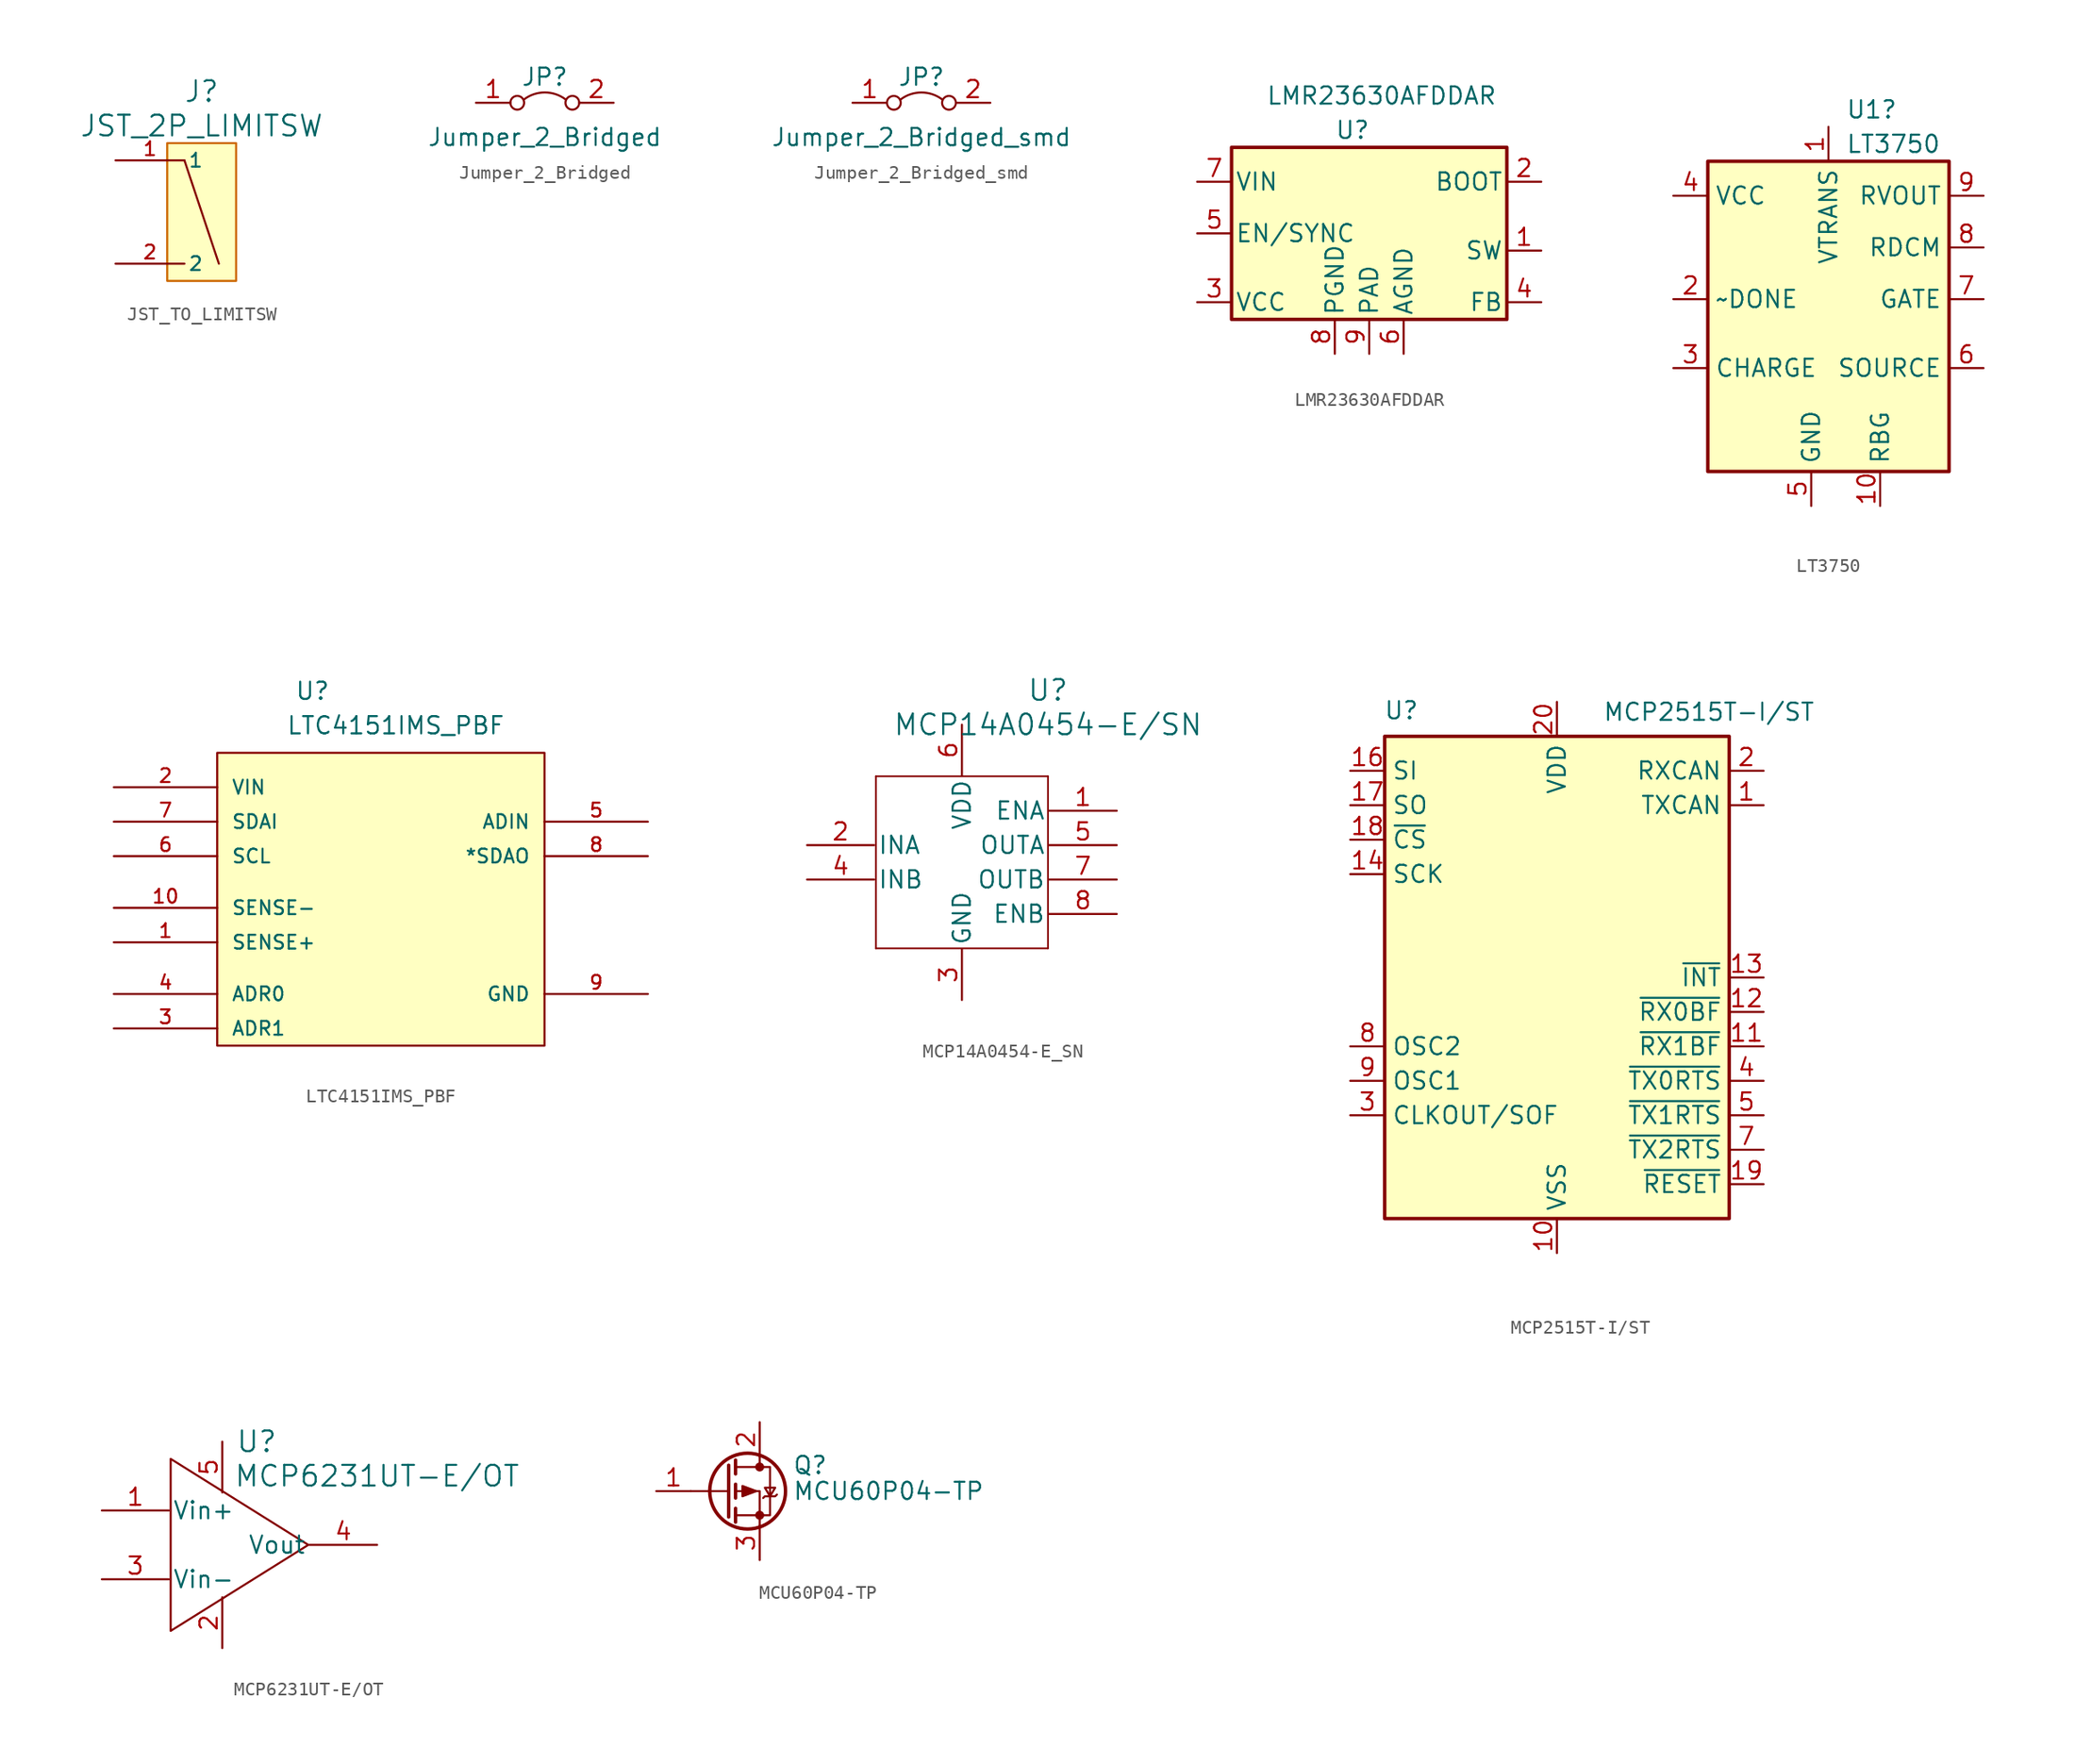
<source format=kicad_sym>
(kicad_symbol_lib
  (version 20231120)
  (generator "kicad_symbol_editor")
  (generator_version "8.0")
  (symbol "JST_TO_LIMITSW"
    (pin_names
      (offset 0.254))
    (property "Reference" "J"
      (at 1.27 8.89 0)
      (effects (font (size 1.524 1.524))))
    (property "Value" "JST_2P_LIMITSW"
      (at 1.27 6.35 0)
      (effects (font (size 1.524 1.524))))
    (symbol "JST_TO_LIMITSW_0_1"
      (polyline (pts (xy 0 3.81) (xy 2.54 -3.81)) (stroke (width 0) (type default)) (fill (type none))))
    (symbol "JST_TO_LIMITSW_1_0"
      (pin bidirectional line (at -5.08 3.81 0) (length 5.08) (name "1" (effects (font (size 1.016 1.016)))) (number "1" (effects (font (size 1.016 1.016)))))
      (pin bidirectional line (at -5.08 -3.81 0) (length 5.08) (name "2" (effects (font (size 1.016 1.016)))) (number "2" (effects (font (size 1.016 1.016))))))
    (symbol "JST_TO_LIMITSW_1_1"
      (rectangle (start -1.27 5.08) (end 3.81 -5.08) (stroke (width 0) (type default) (color 204 102 0 1)) (fill (type background)))))
  (symbol "Jumper_2_Bridged"
    (pin_names
      (offset 0) hide)
    (property "Reference" "JP"
      (at 0 1.905 0)
      (effects (font (size 1.27 1.27))))
    (property "Value" "Jumper_2_Bridged"
      (at 0 -2.54 0)
      (effects (font (size 1.27 1.27))))
    (symbol "Jumper_2_Bridged_0_0"
      (circle (center -2.032 0) (radius 0.508) (stroke (width 0) (type default)) (fill (type none)))
      (circle (center 2.032 0) (radius 0.508) (stroke (width 0) (type default)) (fill (type none))))
    (symbol "Jumper_2_Bridged_0_1"
      (arc (start 1.524 0.254) (mid 0 0.762) (end -1.524 0.254) (stroke (width 0) (type default)) (fill (type none))))
    (symbol "Jumper_2_Bridged_1_1"
      (pin passive line (at -5.08 0 0) (length 2.54) (name "A" (effects (font (size 1.27 1.27)))) (number "1" (effects (font (size 1.27 1.27)))))
      (pin passive line (at 5.08 0 180) (length 2.54) (name "B" (effects (font (size 1.27 1.27)))) (number "2" (effects (font (size 1.27 1.27)))))))
  (symbol "Jumper_2_Bridged_smd"
    (pin_names
      (offset 0) hide)
    (property "Reference" "JP"
      (at 0 1.905 0)
      (effects (font (size 1.27 1.27))))
    (property "Value" "Jumper_2_Bridged_smd"
      (at 0 -2.54 0)
      (effects (font (size 1.27 1.27))))
    (symbol "Jumper_2_Bridged_smd_0_0"
      (circle (center -2.032 0) (radius 0.508) (stroke (width 0) (type default)) (fill (type none)))
      (circle (center 2.032 0) (radius 0.508) (stroke (width 0) (type default)) (fill (type none))))
    (symbol "Jumper_2_Bridged_smd_0_1"
      (arc (start 1.524 0.254) (mid 0 0.762) (end -1.524 0.254) (stroke (width 0) (type default)) (fill (type none))))
    (symbol "Jumper_2_Bridged_smd_1_1"
      (pin passive line (at -5.08 0 0) (length 2.54) (name "A" (effects (font (size 1.27 1.27)))) (number "1" (effects (font (size 1.27 1.27)))))
      (pin passive line (at 5.08 0 180) (length 2.54) (name "B" (effects (font (size 1.27 1.27)))) (number "2" (effects (font (size 1.27 1.27)))))))
  (symbol "LMR23630AFDDAR"
    (pin_names
      (offset 0.254))
    (property "Reference" "U"
      (at -2.54 8.89 0)
      (effects (font (size 1.27 1.27)) (justify left)))
    (property "Value" "LMR23630AFDDAR"
      (at -7.62 11.43 0)
      (effects (font (size 1.27 1.27)) (justify left)))
    (symbol "LMR23630AFDDAR_0_1"
      (rectangle (start -10.16 7.62) (end 10.16 -5.08) (stroke (width 0.254) (type default)) (fill (type background))))
    (symbol "LMR23630AFDDAR_1_1"
      (pin output line (at 12.7 0 180) (length 2.54) (name "SW" (effects (font (size 1.27 1.27)))) (number "1" (effects (font (size 1.27 1.27)))))
      (pin passive line (at 12.7 5.08 180) (length 2.54) (name "BOOT" (effects (font (size 1.27 1.27)))) (number "2" (effects (font (size 1.27 1.27)))))
      (pin passive line (at -12.7 -3.81 0) (length 2.54) (name "VCC" (effects (font (size 1.27 1.27)))) (number "3" (effects (font (size 1.27 1.27)))))
      (pin input line (at 12.7 -3.81 180) (length 2.54) (name "FB" (effects (font (size 1.27 1.27)))) (number "4" (effects (font (size 1.27 1.27)))))
      (pin input line (at -12.7 1.27 0) (length 2.54) (name "EN/SYNC" (effects (font (size 1.27 1.27)))) (number "5" (effects (font (size 1.27 1.27)))))
      (pin power_in line (at 2.54 -7.62 90) (length 2.54) (name "AGND" (effects (font (size 1.27 1.27)))) (number "6" (effects (font (size 1.27 1.27)))))
      (pin power_in line (at -12.7 5.08 0) (length 2.54) (name "VIN" (effects (font (size 1.27 1.27)))) (number "7" (effects (font (size 1.27 1.27)))))
      (pin power_in line (at -2.54 -7.62 90) (length 2.54) (name "PGND" (effects (font (size 1.27 1.27)))) (number "8" (effects (font (size 1.27 1.27)))))
      (pin passive line (at 0 -7.62 90) (length 2.54) (name "PAD" (effects (font (size 1.27 1.27)))) (number "9" (effects (font (size 1.27 1.27)))))))
  (symbol "LT3750"
    (property "Reference" "U1"
      (at 2.54 13.97 0)
      (effects (font (size 1.27 1.27)) (justify left)))
    (property "Value" "LT3750"
      (at 2.54 11.43 0)
      (effects (font (size 1.27 1.27)) (justify left)))
    (symbol "LT3750_0_1"
      (rectangle (start -7.62 10.16) (end 10.16 -12.7) (stroke (width 0.254) (type default)) (fill (type background))))
    (symbol "LT3750_1_1"
      (pin output line (at 1.27 12.7 270) (length 2.54) (name "VTRANS" (effects (font (size 1.27 1.27)))) (number "1" (effects (font (size 1.27 1.27)))))
      (pin input line (at 5.08 -15.24 90) (length 2.54) (name "RBG" (effects (font (size 1.27 1.27)))) (number "10" (effects (font (size 1.27 1.27)))))
      (pin input line (at -10.16 0 0) (length 2.54) (name "~DONE" (effects (font (size 1.27 1.27)))) (number "2" (effects (font (size 1.27 1.27)))))
      (pin input line (at -10.16 -5.08 0) (length 2.54) (name "CHARGE" (effects (font (size 1.27 1.27)))) (number "3" (effects (font (size 1.27 1.27)))))
      (pin power_in line (at -10.16 7.62 0) (length 2.54) (name "VCC" (effects (font (size 1.27 1.27)))) (number "4" (effects (font (size 1.27 1.27)))))
      (pin power_in line (at 0 -15.24 90) (length 2.54) (name "GND" (effects (font (size 1.27 1.27)))) (number "5" (effects (font (size 1.27 1.27)))))
      (pin input line (at 12.7 -5.08 180) (length 2.54) (name "SOURCE" (effects (font (size 1.27 1.27)))) (number "6" (effects (font (size 1.27 1.27)))))
      (pin output line (at 12.7 0 180) (length 2.54) (name "GATE" (effects (font (size 1.27 1.27)))) (number "7" (effects (font (size 1.27 1.27)))))
      (pin input line (at 12.7 3.81 180) (length 2.54) (name "RDCM" (effects (font (size 1.27 1.27)))) (number "8" (effects (font (size 1.27 1.27)))))
      (pin input line (at 12.7 7.62 180) (length 2.54) (name "RVOUT" (effects (font (size 1.27 1.27)))) (number "9" (effects (font (size 1.27 1.27)))))))
  (symbol "LTC4151IMS_PBF"
    (pin_names
      (offset 1.016))
    (property "Reference" "U"
      (at -5.715 13.97 0)
      (effects (font (size 1.27 1.27)) (justify left bottom)))
    (property "Value" "LTC4151IMS_PBF"
      (at -6.35 11.43 0)
      (effects (font (size 1.27 1.27)) (justify left bottom)))
    (symbol "LTC4151IMS_PBF_0_0"
      (rectangle (start -11.43 10.16) (end 12.7 -11.43) (stroke (width 0.152) (type default)) (fill (type background)))
      (pin passive line (at -19.05 -3.81 0) (length 7.62) (name "SENSE+" (effects (font (size 1.016 1.016)))) (number "1" (effects (font (size 1.016 1.016)))))
      (pin passive line (at -19.05 -1.27 0) (length 7.62) (name "SENSE-" (effects (font (size 1.016 1.016)))) (number "10" (effects (font (size 1.016 1.016)))))
      (pin input line (at -19.05 7.62 0) (length 7.62) (name "VIN" (effects (font (size 1.016 1.016)))) (number "2" (effects (font (size 1.016 1.016)))))
      (pin input line (at -19.05 -10.16 0) (length 7.62) (name "ADR1" (effects (font (size 1.016 1.016)))) (number "3" (effects (font (size 1.016 1.016)))))
      (pin input line (at -19.05 -7.62 0) (length 7.62) (name "ADR0" (effects (font (size 1.016 1.016)))) (number "4" (effects (font (size 1.016 1.016)))))
      (pin input line (at 20.32 5.08 180) (length 7.62) (name "ADIN" (effects (font (size 1.016 1.016)))) (number "5" (effects (font (size 1.016 1.016)))))
      (pin input line (at -19.05 2.54 0) (length 7.62) (name "SCL" (effects (font (size 1.016 1.016)))) (number "6" (effects (font (size 1.016 1.016)))))
      (pin input line (at -19.05 5.08 0) (length 7.62) (name "SDAI" (effects (font (size 1.016 1.016)))) (number "7" (effects (font (size 1.016 1.016)))))
      (pin output line (at 20.32 2.54 180) (length 7.62) (name "*SDAO" (effects (font (size 1.016 1.016)))) (number "8" (effects (font (size 1.016 1.016)))))
      (pin power_in line (at 20.32 -7.62 180) (length 7.62) (name "GND" (effects (font (size 1.016 1.016)))) (number "9" (effects (font (size 1.016 1.016)))))))
  (symbol "MCP14A0454-E_SN"
    (pin_names
      (offset 0.254))
    (property "Reference" "U"
      (at 20.32 10.16 0)
      (effects (font (size 1.524 1.524))))
    (property "Value" "MCP14A0454-E/SN"
      (at 20.32 7.62 0)
      (effects (font (size 1.524 1.524))))
    (symbol "MCP14A0454-E_SN_0_1"
      (polyline (pts (xy 7.62 -8.89) (xy 20.32 -8.89)) (stroke (width 0.127) (type default)) (fill (type none)))
      (polyline (pts (xy 7.62 3.81) (xy 7.62 -8.89)) (stroke (width 0.127) (type default)) (fill (type none)))
      (polyline (pts (xy 20.32 -8.89) (xy 20.32 3.81)) (stroke (width 0.127) (type default)) (fill (type none)))
      (polyline (pts (xy 20.32 3.81) (xy 7.62 3.81)) (stroke (width 0.127) (type default)) (fill (type none))))
    (symbol "MCP14A0454-E_SN_1_1"
      (pin input line (at 25.4 1.27 180) (length 4.99) (name "ENA" (effects (font (size 1.27 1.27)))) (number "1" (effects (font (size 1.27 1.27)))))
      (pin input line (at 2.54 -1.27 0) (length 4.95) (name "INA" (effects (font (size 1.27 1.27)))) (number "2" (effects (font (size 1.27 1.27)))))
      (pin power_out line (at 13.97 -12.7 90) (length 3.75) (name "GND" (effects (font (size 1.27 1.27)))) (number "3" (effects (font (size 1.27 1.27)))))
      (pin input line (at 2.54 -3.81 0) (length 4.95) (name "INB" (effects (font (size 1.27 1.27)))) (number "4" (effects (font (size 1.27 1.27)))))
      (pin output line (at 25.4 -1.27 180) (length 4.99) (name "OUTA" (effects (font (size 1.27 1.27)))) (number "5" (effects (font (size 1.27 1.27)))))
      (pin power_in line (at 13.97 7.62 270) (length 3.75) (name "VDD" (effects (font (size 1.27 1.27)))) (number "6" (effects (font (size 1.27 1.27)))))
      (pin output line (at 25.4 -3.81 180) (length 4.99) (name "OUTB" (effects (font (size 1.27 1.27)))) (number "7" (effects (font (size 1.27 1.27)))))
      (pin input line (at 25.4 -6.35 180) (length 4.99) (name "ENB" (effects (font (size 1.27 1.27)))) (number "8" (effects (font (size 1.27 1.27)))))))
  (symbol "MCP2515T-I/ST"
    (property "Reference" "U"
      (at -10.16 19.685 0)
      (effects (font (size 1.27 1.27)) (justify right)))
    (property "Value" "MCP2515T-I/ST"
      (at 19.05 20.32 0)
      (effects (font (size 1.27 1.27)) (justify right top)))
    (symbol "MCP2515T-I/ST_0_1"
      (rectangle (start -12.7 17.78) (end 12.7 -17.78) (stroke (width 0.254) (type default)) (fill (type background))))
    (symbol "MCP2515T-I/ST_1_1"
      (pin output line (at 15.24 12.7 180) (length 2.54) (name "TXCAN" (effects (font (size 1.27 1.27)))) (number "1" (effects (font (size 1.27 1.27)))))
      (pin power_in line (at 0 -20.32 90) (length 2.54) (name "VSS" (effects (font (size 1.27 1.27)))) (number "10" (effects (font (size 1.27 1.27)))))
      (pin output line (at 15.24 -5.08 180) (length 2.54) (name "~{RX1BF}" (effects (font (size 1.27 1.27)))) (number "11" (effects (font (size 1.27 1.27)))))
      (pin output line (at 15.24 -2.54 180) (length 2.54) (name "~{RX0BF}" (effects (font (size 1.27 1.27)))) (number "12" (effects (font (size 1.27 1.27)))))
      (pin output line (at 15.24 0 180) (length 2.54) (name "~{INT}" (effects (font (size 1.27 1.27)))) (number "13" (effects (font (size 1.27 1.27)))))
      (pin input line (at -15.24 7.62 0) (length 2.54) (name "SCK" (effects (font (size 1.27 1.27)))) (number "14" (effects (font (size 1.27 1.27)))))
      (pin no_connect line (at -12.7 -2.54 0) (length 2.54) hide (name "NC" (effects (font (size 1.27 1.27)))) (number "15" (effects (font (size 1.27 1.27)))))
      (pin input line (at -15.24 15.24 0) (length 2.54) (name "SI" (effects (font (size 1.27 1.27)))) (number "16" (effects (font (size 1.27 1.27)))))
      (pin output line (at -15.24 12.7 0) (length 2.54) (name "SO" (effects (font (size 1.27 1.27)))) (number "17" (effects (font (size 1.27 1.27)))))
      (pin input line (at -15.24 10.16 0) (length 2.54) (name "~{CS}" (effects (font (size 1.27 1.27)))) (number "18" (effects (font (size 1.27 1.27)))))
      (pin input line (at 15.24 -15.24 180) (length 2.54) (name "~{RESET}" (effects (font (size 1.27 1.27)))) (number "19" (effects (font (size 1.27 1.27)))))
      (pin input line (at 15.24 15.24 180) (length 2.54) (name "RXCAN" (effects (font (size 1.27 1.27)))) (number "2" (effects (font (size 1.27 1.27)))))
      (pin power_in line (at 0 20.32 270) (length 2.54) (name "VDD" (effects (font (size 1.27 1.27)))) (number "20" (effects (font (size 1.27 1.27)))))
      (pin output line (at -15.24 -10.16 0) (length 2.54) (name "CLKOUT/SOF" (effects (font (size 1.27 1.27)))) (number "3" (effects (font (size 1.27 1.27)))))
      (pin input line (at 15.24 -7.62 180) (length 2.54) (name "~{TX0RTS}" (effects (font (size 1.27 1.27)))) (number "4" (effects (font (size 1.27 1.27)))))
      (pin input line (at 15.24 -10.16 180) (length 2.54) (name "~{TX1RTS}" (effects (font (size 1.27 1.27)))) (number "5" (effects (font (size 1.27 1.27)))))
      (pin no_connect line (at -12.7 0 0) (length 2.54) hide (name "NC" (effects (font (size 1.27 1.27)))) (number "6" (effects (font (size 1.27 1.27)))))
      (pin input line (at 15.24 -12.7 180) (length 2.54) (name "~{TX2RTS}" (effects (font (size 1.27 1.27)))) (number "7" (effects (font (size 1.27 1.27)))))
      (pin output line (at -15.24 -5.08 0) (length 2.54) (name "OSC2" (effects (font (size 1.27 1.27)))) (number "8" (effects (font (size 1.27 1.27)))))
      (pin input line (at -15.24 -7.62 0) (length 2.54) (name "OSC1" (effects (font (size 1.27 1.27)))) (number "9" (effects (font (size 1.27 1.27)))))))
  (symbol "MCP6231UT-E/OT"
    (pin_names
      (offset 0.254))
    (property "Reference" "U"
      (at 2.54 7.62 0)
      (effects (font (size 1.524 1.524))))
    (property "Value" "MCP6231UT-E/OT"
      (at 11.43 5.08 0)
      (effects (font (size 1.524 1.524))))
    (symbol "MCP6231UT-E/OT_0_1"
      (polyline (pts (xy -3.81 6.35) (xy 6.35 0) (xy -3.81 -6.35) (xy -3.81 6.35)) (stroke (width 0) (type default)) (fill (type none))))
    (symbol "MCP6231UT-E/OT_1_1"
      (pin input line (at -8.89 2.54 0) (length 4.95) (name "Vin+" (effects (font (size 1.27 1.27)))) (number "1" (effects (font (size 1.27 1.27)))))
      (pin power_out line (at 0 -7.62 90) (length 3.75) (name "~" (effects (font (size 1.27 1.27)))) (number "2" (effects (font (size 1.27 1.27)))))
      (pin input line (at -8.89 -2.54 0) (length 4.95) (name "Vin-" (effects (font (size 1.27 1.27)))) (number "3" (effects (font (size 1.27 1.27)))))
      (pin output line (at 11.43 0 180) (length 4.99) (name "Vout" (effects (font (size 1.27 1.27)))) (number "4" (effects (font (size 1.27 1.27)))))
      (pin power_in line (at 0 7.62 270) (length 3.75) (name "~" (effects (font (size 1.27 1.27)))) (number "5" (effects (font (size 1.27 1.27)))))))
  (symbol "MCU60P04-TP"
    (pin_names hide)
    (property "Reference" "Q"
      (at 4.953 1.905 0)
      (effects (font (size 1.27 1.27)) (justify left)))
    (property "Value" "MCU60P04-TP"
      (at 4.953 0 0)
      (effects (font (size 1.27 1.27)) (justify left)))
    (symbol "MCU60P04-TP_0_1"
      (polyline (pts (xy 0.254 0) (xy -2.54 0)) (stroke (width 0) (type default)) (fill (type none)))
      (polyline (pts (xy 0.254 1.905) (xy 0.254 -1.905)) (stroke (width 0.254) (type default)) (fill (type none)))
      (polyline (pts (xy 0.762 -1.27) (xy 0.762 -2.286)) (stroke (width 0.254) (type default)) (fill (type none)))
      (polyline (pts (xy 0.762 0.508) (xy 0.762 -0.508)) (stroke (width 0.254) (type default)) (fill (type none)))
      (polyline (pts (xy 0.762 2.286) (xy 0.762 1.27)) (stroke (width 0.254) (type default)) (fill (type none)))
      (polyline (pts (xy 2.54 2.54) (xy 2.54 1.778)) (stroke (width 0) (type default)) (fill (type none)))
      (polyline (pts (xy 2.54 -2.54) (xy 2.54 0) (xy 0.762 0)) (stroke (width 0) (type default)) (fill (type none)))
      (polyline (pts (xy 0.762 1.778) (xy 3.302 1.778) (xy 3.302 -1.778) (xy 0.762 -1.778)) (stroke (width 0) (type default)) (fill (type none)))
      (polyline (pts (xy 2.286 0) (xy 1.27 0.381) (xy 1.27 -0.381) (xy 2.286 0)) (stroke (width 0) (type default)) (fill (type outline)))
      (polyline (pts (xy 2.794 -0.508) (xy 2.921 -0.381) (xy 3.683 -0.381) (xy 3.81 -0.254)) (stroke (width 0) (type default)) (fill (type none)))
      (polyline (pts (xy 3.302 -0.381) (xy 2.921 0.254) (xy 3.683 0.254) (xy 3.302 -0.381)) (stroke (width 0) (type default)) (fill (type none)))
      (circle (center 1.651 0) (radius 2.794) (stroke (width 0.254) (type default)) (fill (type none)))
      (circle (center 2.54 -1.778) (radius 0.254) (stroke (width 0) (type default)) (fill (type outline)))
      (circle (center 2.54 1.778) (radius 0.254) (stroke (width 0) (type default)) (fill (type outline))))
    (symbol "MCU60P04-TP_1_1"
      (pin input line (at -5.08 0 0) (length 2.54) (name "G" (effects (font (size 1.27 1.27)))) (number "1" (effects (font (size 1.27 1.27)))))
      (pin passive line (at 2.54 5.08 270) (length 2.54) (name "D" (effects (font (size 1.27 1.27)))) (number "2" (effects (font (size 1.27 1.27)))))
      (pin passive line (at 2.54 -5.08 90) (length 2.54) (name "S" (effects (font (size 1.27 1.27)))) (number "3" (effects (font (size 1.27 1.27))))))))
</source>
